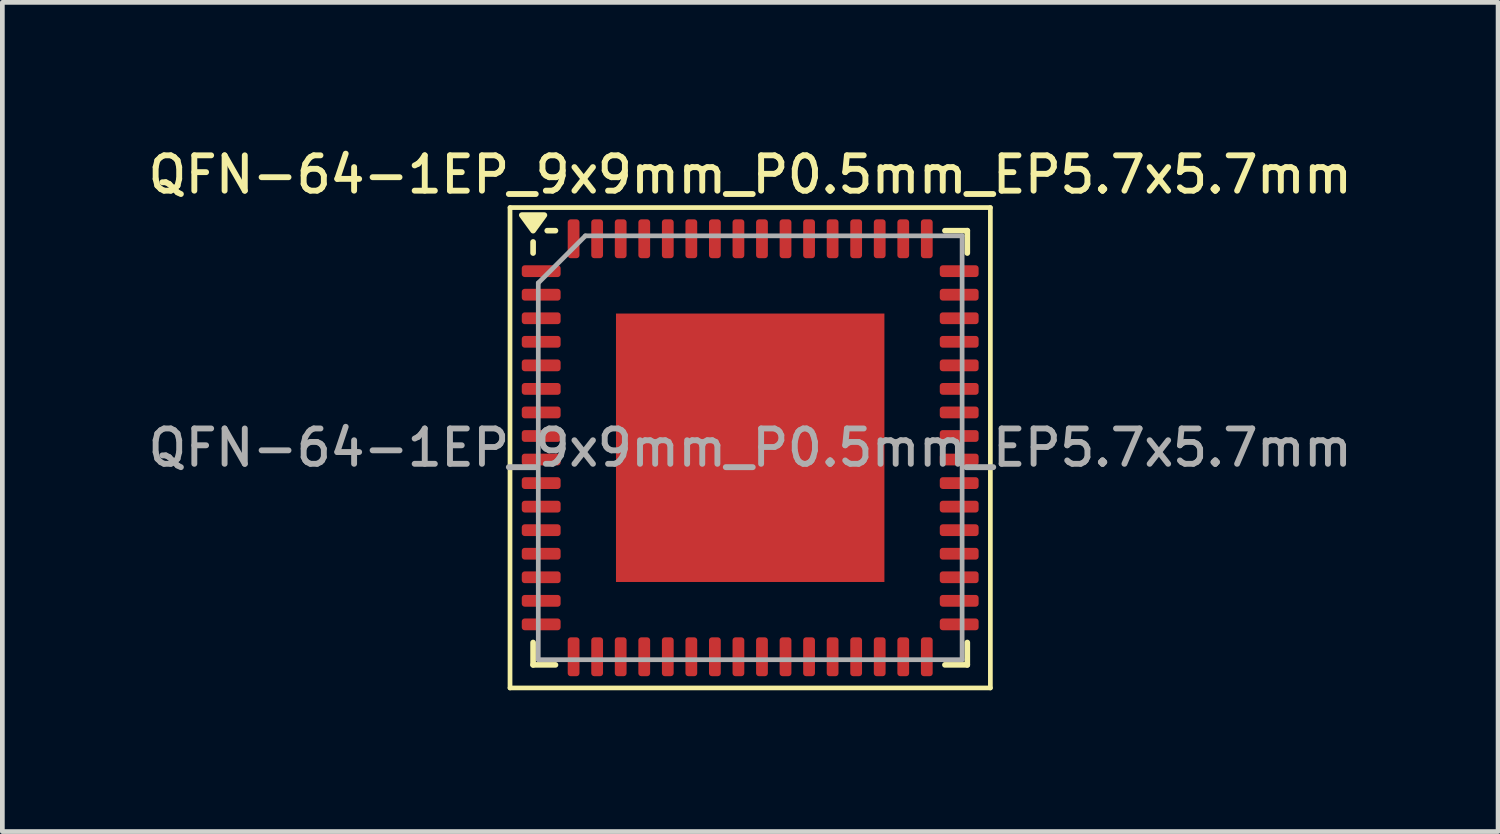
<source format=kicad_pcb>
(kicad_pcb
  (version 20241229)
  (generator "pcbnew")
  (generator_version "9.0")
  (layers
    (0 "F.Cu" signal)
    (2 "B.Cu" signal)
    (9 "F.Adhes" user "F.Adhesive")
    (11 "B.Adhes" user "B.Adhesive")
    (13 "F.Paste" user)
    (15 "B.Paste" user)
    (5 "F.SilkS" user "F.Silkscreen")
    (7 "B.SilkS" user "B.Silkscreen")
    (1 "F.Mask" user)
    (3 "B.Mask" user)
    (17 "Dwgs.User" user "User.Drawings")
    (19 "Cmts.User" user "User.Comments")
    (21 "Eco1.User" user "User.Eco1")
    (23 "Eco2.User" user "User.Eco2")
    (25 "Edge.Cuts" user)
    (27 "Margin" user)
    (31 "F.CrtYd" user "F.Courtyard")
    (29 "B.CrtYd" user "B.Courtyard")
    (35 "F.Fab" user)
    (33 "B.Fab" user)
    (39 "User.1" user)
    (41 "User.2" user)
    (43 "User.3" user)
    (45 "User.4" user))
  (footprint "QFN-64-1EP_9x9mm_P0.5mm_EP5.7x5.7mm"
    (layer "F.Cu")
    (at 12.88 6.458)
    (property "Reference" "QFN-64-1EP_9x9mm_P0.5mm_EP5.7x5.7mm" (at 0 -5.8 0) (layer "F.SilkS") (effects (font (size 0.75 0.75) (thickness 0.125))))
    (attr smd)
    (fp_line (start -5.1 -5.1) (end -5.1 5.1) (stroke (width 0.1) (type solid)) (layer "F.SilkS"))
    (fp_line (start -5.1 5.1) (end 5.1 5.1) (stroke (width 0.1) (type solid)) (layer "F.SilkS"))
    (fp_line (start -4.61 -4.135) (end -4.61 -4.37) (stroke (width 0.12) (type solid)) (layer "F.SilkS"))
    (fp_line (start -4.61 4.61) (end -4.61 4.135) (stroke (width 0.12) (type solid)) (layer "F.SilkS"))
    (fp_line (start -4.135 -4.61) (end -4.31 -4.61) (stroke (width 0.12) (type solid)) (layer "F.SilkS"))
    (fp_line (start -4.135 4.61) (end -4.61 4.61) (stroke (width 0.12) (type solid)) (layer "F.SilkS"))
    (fp_line (start 4.135 -4.61) (end 4.61 -4.61) (stroke (width 0.12) (type solid)) (layer "F.SilkS"))
    (fp_line (start 4.135 4.61) (end 4.61 4.61) (stroke (width 0.12) (type solid)) (layer "F.SilkS"))
    (fp_line (start 4.61 -4.61) (end 4.61 -4.135) (stroke (width 0.12) (type solid)) (layer "F.SilkS"))
    (fp_line (start 4.61 4.61) (end 4.61 4.135) (stroke (width 0.12) (type solid)) (layer "F.SilkS"))
    (fp_line (start 5.1 -5.1) (end -5.1 -5.1) (stroke (width 0.1) (type solid)) (layer "F.SilkS"))
    (fp_line (start 5.1 5.1) (end 5.1 -5.1) (stroke (width 0.1) (type solid)) (layer "F.SilkS"))
    (fp_poly (pts (xy -4.61 -4.61) (xy -4.85 -4.94) (xy -4.37 -4.94) (xy -4.61 -4.61)) (stroke (width 0.12) (type solid)) (fill yes) (layer "F.SilkS"))
    (fp_line (start -4.5 -3.5) (end -3.5 -4.5) (stroke (width 0.1) (type solid)) (layer "F.Fab"))
    (fp_line (start -4.5 4.5) (end -4.5 -3.5) (stroke (width 0.1) (type solid)) (layer "F.Fab"))
    (fp_line (start -3.5 -4.5) (end 4.5 -4.5) (stroke (width 0.1) (type solid)) (layer "F.Fab"))
    (fp_line (start 4.5 -4.5) (end 4.5 4.5) (stroke (width 0.1) (type solid)) (layer "F.Fab"))
    (fp_line (start 4.5 4.5) (end -4.5 4.5) (stroke (width 0.1) (type solid)) (layer "F.Fab"))
    (fp_text user "${REFERENCE}" (at 0 0 0) (layer "F.Fab") (effects (font (size 0.75 0.75) (thickness 0.125))))
    (pad "" smd roundrect (at -1.9 -1.9) (size 1.53 1.53) (layers "F.Paste") (roundrect_rratio 0.163))
    (pad "" smd roundrect (at -1.9 0) (size 1.53 1.53) (layers "F.Paste") (roundrect_rratio 0.163))
    (pad "" smd roundrect (at -1.9 1.9) (size 1.53 1.53) (layers "F.Paste") (roundrect_rratio 0.163))
    (pad "" smd roundrect (at 0 -1.9) (size 1.53 1.53) (layers "F.Paste") (roundrect_rratio 0.163))
    (pad "" smd roundrect (at 0 0) (size 1.53 1.53) (layers "F.Paste") (roundrect_rratio 0.163))
    (pad "" smd roundrect (at 0 1.9) (size 1.53 1.53) (layers "F.Paste") (roundrect_rratio 0.163))
    (pad "" smd roundrect (at 1.9 -1.9) (size 1.53 1.53) (layers "F.Paste") (roundrect_rratio 0.163))
    (pad "" smd roundrect (at 1.9 0) (size 1.53 1.53) (layers "F.Paste") (roundrect_rratio 0.163))
    (pad "" smd roundrect (at 1.9 1.9) (size 1.53 1.53) (layers "F.Paste") (roundrect_rratio 0.163))
    (pad "1" smd roundrect (at -4.438 -3.75) (size 0.825 0.25) (layers "F.Cu" "F.Mask" "F.Paste") (roundrect_rratio 0.25))
    (pad "2" smd roundrect (at -4.438 -3.25) (size 0.825 0.25) (layers "F.Cu" "F.Mask" "F.Paste") (roundrect_rratio 0.25))
    (pad "3" smd roundrect (at -4.438 -2.75) (size 0.825 0.25) (layers "F.Cu" "F.Mask" "F.Paste") (roundrect_rratio 0.25))
    (pad "4" smd roundrect (at -4.438 -2.25) (size 0.825 0.25) (layers "F.Cu" "F.Mask" "F.Paste") (roundrect_rratio 0.25))
    (pad "5" smd roundrect (at -4.438 -1.75) (size 0.825 0.25) (layers "F.Cu" "F.Mask" "F.Paste") (roundrect_rratio 0.25))
    (pad "6" smd roundrect (at -4.438 -1.25) (size 0.825 0.25) (layers "F.Cu" "F.Mask" "F.Paste") (roundrect_rratio 0.25))
    (pad "7" smd roundrect (at -4.438 -0.75) (size 0.825 0.25) (layers "F.Cu" "F.Mask" "F.Paste") (roundrect_rratio 0.25))
    (pad "8" smd roundrect (at -4.438 -0.25) (size 0.825 0.25) (layers "F.Cu" "F.Mask" "F.Paste") (roundrect_rratio 0.25))
    (pad "9" smd roundrect (at -4.438 0.25) (size 0.825 0.25) (layers "F.Cu" "F.Mask" "F.Paste") (roundrect_rratio 0.25))
    (pad "10" smd roundrect (at -4.438 0.75) (size 0.825 0.25) (layers "F.Cu" "F.Mask" "F.Paste") (roundrect_rratio 0.25))
    (pad "11" smd roundrect (at -4.438 1.25) (size 0.825 0.25) (layers "F.Cu" "F.Mask" "F.Paste") (roundrect_rratio 0.25))
    (pad "12" smd roundrect (at -4.438 1.75) (size 0.825 0.25) (layers "F.Cu" "F.Mask" "F.Paste") (roundrect_rratio 0.25))
    (pad "13" smd roundrect (at -4.438 2.25) (size 0.825 0.25) (layers "F.Cu" "F.Mask" "F.Paste") (roundrect_rratio 0.25))
    (pad "14" smd roundrect (at -4.438 2.75) (size 0.825 0.25) (layers "F.Cu" "F.Mask" "F.Paste") (roundrect_rratio 0.25))
    (pad "15" smd roundrect (at -4.438 3.25) (size 0.825 0.25) (layers "F.Cu" "F.Mask" "F.Paste") (roundrect_rratio 0.25))
    (pad "16" smd roundrect (at -4.438 3.75) (size 0.825 0.25) (layers "F.Cu" "F.Mask" "F.Paste") (roundrect_rratio 0.25))
    (pad "17" smd roundrect (at -3.75 4.438) (size 0.25 0.825) (layers "F.Cu" "F.Mask" "F.Paste") (roundrect_rratio 0.25))
    (pad "18" smd roundrect (at -3.25 4.438) (size 0.25 0.825) (layers "F.Cu" "F.Mask" "F.Paste") (roundrect_rratio 0.25))
    (pad "19" smd roundrect (at -2.75 4.438) (size 0.25 0.825) (layers "F.Cu" "F.Mask" "F.Paste") (roundrect_rratio 0.25))
    (pad "20" smd roundrect (at -2.25 4.438) (size 0.25 0.825) (layers "F.Cu" "F.Mask" "F.Paste") (roundrect_rratio 0.25))
    (pad "21" smd roundrect (at -1.75 4.438) (size 0.25 0.825) (layers "F.Cu" "F.Mask" "F.Paste") (roundrect_rratio 0.25))
    (pad "22" smd roundrect (at -1.25 4.438) (size 0.25 0.825) (layers "F.Cu" "F.Mask" "F.Paste") (roundrect_rratio 0.25))
    (pad "23" smd roundrect (at -0.75 4.438) (size 0.25 0.825) (layers "F.Cu" "F.Mask" "F.Paste") (roundrect_rratio 0.25))
    (pad "24" smd roundrect (at -0.25 4.438) (size 0.25 0.825) (layers "F.Cu" "F.Mask" "F.Paste") (roundrect_rratio 0.25))
    (pad "25" smd roundrect (at 0.25 4.438) (size 0.25 0.825) (layers "F.Cu" "F.Mask" "F.Paste") (roundrect_rratio 0.25))
    (pad "26" smd roundrect (at 0.75 4.438) (size 0.25 0.825) (layers "F.Cu" "F.Mask" "F.Paste") (roundrect_rratio 0.25))
    (pad "27" smd roundrect (at 1.25 4.438) (size 0.25 0.825) (layers "F.Cu" "F.Mask" "F.Paste") (roundrect_rratio 0.25))
    (pad "28" smd roundrect (at 1.75 4.438) (size 0.25 0.825) (layers "F.Cu" "F.Mask" "F.Paste") (roundrect_rratio 0.25))
    (pad "29" smd roundrect (at 2.25 4.438) (size 0.25 0.825) (layers "F.Cu" "F.Mask" "F.Paste") (roundrect_rratio 0.25))
    (pad "30" smd roundrect (at 2.75 4.438) (size 0.25 0.825) (layers "F.Cu" "F.Mask" "F.Paste") (roundrect_rratio 0.25))
    (pad "31" smd roundrect (at 3.25 4.438) (size 0.25 0.825) (layers "F.Cu" "F.Mask" "F.Paste") (roundrect_rratio 0.25))
    (pad "32" smd roundrect (at 3.75 4.438) (size 0.25 0.825) (layers "F.Cu" "F.Mask" "F.Paste") (roundrect_rratio 0.25))
    (pad "33" smd roundrect (at 4.438 3.75) (size 0.825 0.25) (layers "F.Cu" "F.Mask" "F.Paste") (roundrect_rratio 0.25))
    (pad "34" smd roundrect (at 4.438 3.25) (size 0.825 0.25) (layers "F.Cu" "F.Mask" "F.Paste") (roundrect_rratio 0.25))
    (pad "35" smd roundrect (at 4.438 2.75) (size 0.825 0.25) (layers "F.Cu" "F.Mask" "F.Paste") (roundrect_rratio 0.25))
    (pad "36" smd roundrect (at 4.438 2.25) (size 0.825 0.25) (layers "F.Cu" "F.Mask" "F.Paste") (roundrect_rratio 0.25))
    (pad "37" smd roundrect (at 4.438 1.75) (size 0.825 0.25) (layers "F.Cu" "F.Mask" "F.Paste") (roundrect_rratio 0.25))
    (pad "38" smd roundrect (at 4.438 1.25) (size 0.825 0.25) (layers "F.Cu" "F.Mask" "F.Paste") (roundrect_rratio 0.25))
    (pad "39" smd roundrect (at 4.438 0.75) (size 0.825 0.25) (layers "F.Cu" "F.Mask" "F.Paste") (roundrect_rratio 0.25))
    (pad "40" smd roundrect (at 4.438 0.25) (size 0.825 0.25) (layers "F.Cu" "F.Mask" "F.Paste") (roundrect_rratio 0.25))
    (pad "41" smd roundrect (at 4.438 -0.25) (size 0.825 0.25) (layers "F.Cu" "F.Mask" "F.Paste") (roundrect_rratio 0.25))
    (pad "42" smd roundrect (at 4.438 -0.75) (size 0.825 0.25) (layers "F.Cu" "F.Mask" "F.Paste") (roundrect_rratio 0.25))
    (pad "43" smd roundrect (at 4.438 -1.25) (size 0.825 0.25) (layers "F.Cu" "F.Mask" "F.Paste") (roundrect_rratio 0.25))
    (pad "44" smd roundrect (at 4.438 -1.75) (size 0.825 0.25) (layers "F.Cu" "F.Mask" "F.Paste") (roundrect_rratio 0.25))
    (pad "45" smd roundrect (at 4.438 -2.25) (size 0.825 0.25) (layers "F.Cu" "F.Mask" "F.Paste") (roundrect_rratio 0.25))
    (pad "46" smd roundrect (at 4.438 -2.75) (size 0.825 0.25) (layers "F.Cu" "F.Mask" "F.Paste") (roundrect_rratio 0.25))
    (pad "47" smd roundrect (at 4.438 -3.25) (size 0.825 0.25) (layers "F.Cu" "F.Mask" "F.Paste") (roundrect_rratio 0.25))
    (pad "48" smd roundrect (at 4.438 -3.75) (size 0.825 0.25) (layers "F.Cu" "F.Mask" "F.Paste") (roundrect_rratio 0.25))
    (pad "49" smd roundrect (at 3.75 -4.438) (size 0.25 0.825) (layers "F.Cu" "F.Mask" "F.Paste") (roundrect_rratio 0.25))
    (pad "50" smd roundrect (at 3.25 -4.438) (size 0.25 0.825) (layers "F.Cu" "F.Mask" "F.Paste") (roundrect_rratio 0.25))
    (pad "51" smd roundrect (at 2.75 -4.438) (size 0.25 0.825) (layers "F.Cu" "F.Mask" "F.Paste") (roundrect_rratio 0.25))
    (pad "52" smd roundrect (at 2.25 -4.438) (size 0.25 0.825) (layers "F.Cu" "F.Mask" "F.Paste") (roundrect_rratio 0.25))
    (pad "53" smd roundrect (at 1.75 -4.438) (size 0.25 0.825) (layers "F.Cu" "F.Mask" "F.Paste") (roundrect_rratio 0.25))
    (pad "54" smd roundrect (at 1.25 -4.438) (size 0.25 0.825) (layers "F.Cu" "F.Mask" "F.Paste") (roundrect_rratio 0.25))
    (pad "55" smd roundrect (at 0.75 -4.438) (size 0.25 0.825) (layers "F.Cu" "F.Mask" "F.Paste") (roundrect_rratio 0.25))
    (pad "56" smd roundrect (at 0.25 -4.438) (size 0.25 0.825) (layers "F.Cu" "F.Mask" "F.Paste") (roundrect_rratio 0.25))
    (pad "57" smd roundrect (at -0.25 -4.438) (size 0.25 0.825) (layers "F.Cu" "F.Mask" "F.Paste") (roundrect_rratio 0.25))
    (pad "58" smd roundrect (at -0.75 -4.438) (size 0.25 0.825) (layers "F.Cu" "F.Mask" "F.Paste") (roundrect_rratio 0.25))
    (pad "59" smd roundrect (at -1.25 -4.438) (size 0.25 0.825) (layers "F.Cu" "F.Mask" "F.Paste") (roundrect_rratio 0.25))
    (pad "60" smd roundrect (at -1.75 -4.438) (size 0.25 0.825) (layers "F.Cu" "F.Mask" "F.Paste") (roundrect_rratio 0.25))
    (pad "61" smd roundrect (at -2.25 -4.438) (size 0.25 0.825) (layers "F.Cu" "F.Mask" "F.Paste") (roundrect_rratio 0.25))
    (pad "62" smd roundrect (at -2.75 -4.438) (size 0.25 0.825) (layers "F.Cu" "F.Mask" "F.Paste") (roundrect_rratio 0.25))
    (pad "63" smd roundrect (at -3.25 -4.438) (size 0.25 0.825) (layers "F.Cu" "F.Mask" "F.Paste") (roundrect_rratio 0.25))
    (pad "64" smd roundrect (at -3.75 -4.438) (size 0.25 0.825) (layers "F.Cu" "F.Mask" "F.Paste") (roundrect_rratio 0.25))
    (pad "65" smd rect (at 0 0) (size 5.7 5.7) (property pad_prop_heatsink) (layers "F.Cu" "F.Mask")))
  (gr_rect
    (start -3 -3)
    (end 28.761 14.608)
    (stroke (width 0.1) (type default))
    (fill no)
    (layer "Edge.Cuts")))
</source>
